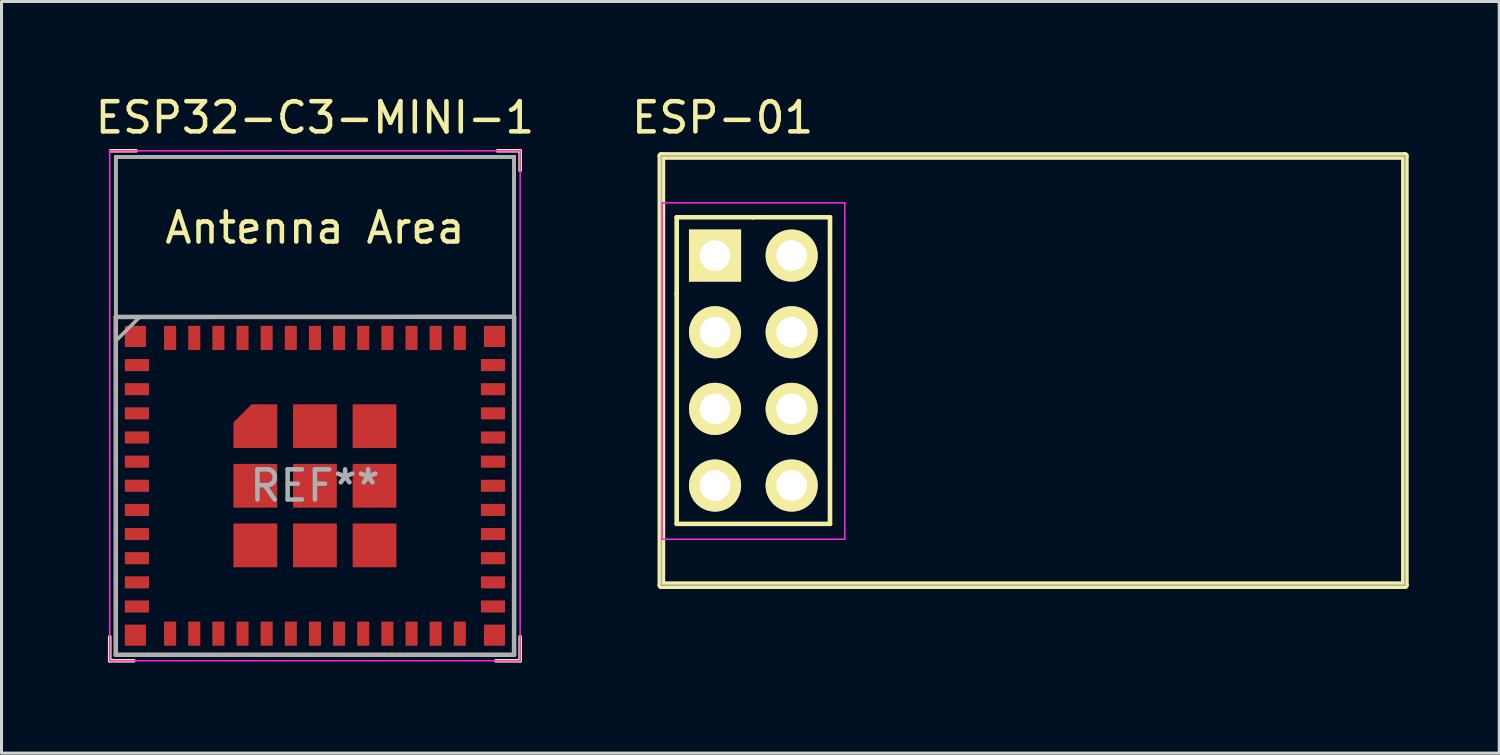
<source format=kicad_pcb>
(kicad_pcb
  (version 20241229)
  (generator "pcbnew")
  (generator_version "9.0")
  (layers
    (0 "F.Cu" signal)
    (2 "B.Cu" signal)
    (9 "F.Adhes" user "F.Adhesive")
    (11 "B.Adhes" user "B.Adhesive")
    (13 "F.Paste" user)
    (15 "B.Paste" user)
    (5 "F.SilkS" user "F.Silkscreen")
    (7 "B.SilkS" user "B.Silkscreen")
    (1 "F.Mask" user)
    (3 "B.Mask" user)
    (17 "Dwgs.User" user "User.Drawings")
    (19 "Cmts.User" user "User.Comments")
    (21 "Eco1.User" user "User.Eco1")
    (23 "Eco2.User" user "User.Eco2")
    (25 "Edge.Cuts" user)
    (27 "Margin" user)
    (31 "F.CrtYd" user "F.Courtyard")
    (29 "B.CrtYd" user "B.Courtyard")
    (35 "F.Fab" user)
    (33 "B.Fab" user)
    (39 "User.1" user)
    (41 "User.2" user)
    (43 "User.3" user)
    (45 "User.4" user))
  (footprint "ESP-01"
    (layer "F.Cu")
    (at 20.645 5.42)
    (property "Reference" "ESP-01" (at 0.254 -4.572 0) (layer "F.SilkS") (effects (font (size 1 1) (thickness 0.15))))
    (attr through_hole)
    (fp_line (start -1.778 -3.302) (end 22.86 -3.302) (stroke (width 0.254) (type solid)) (layer "F.SilkS"))
    (fp_line (start -1.778 10.922) (end -1.778 -3.302) (stroke (width 0.254) (type solid)) (layer "F.SilkS"))
    (fp_line (start -1.27 -1.27) (end -1.27 1.27) (stroke (width 0.152) (type solid)) (layer "F.SilkS"))
    (fp_line (start -1.27 1.27) (end -1.27 8.89) (stroke (width 0.152) (type solid)) (layer "F.SilkS"))
    (fp_line (start -1.27 8.89) (end 3.81 8.89) (stroke (width 0.152) (type solid)) (layer "F.SilkS"))
    (fp_line (start 1.27 -1.27) (end -1.27 -1.27) (stroke (width 0.152) (type solid)) (layer "F.SilkS"))
    (fp_line (start 3.81 -1.27) (end 1.27 -1.27) (stroke (width 0.152) (type solid)) (layer "F.SilkS"))
    (fp_line (start 3.81 8.89) (end 3.81 -1.27) (stroke (width 0.152) (type solid)) (layer "F.SilkS"))
    (fp_line (start 22.86 -3.302) (end 22.86 10.922) (stroke (width 0.254) (type solid)) (layer "F.SilkS"))
    (fp_line (start 22.86 10.922) (end -1.778 10.922) (stroke (width 0.254) (type solid)) (layer "F.SilkS"))
    (fp_line (start -1.75 -1.75) (end -1.75 9.4) (stroke (width 0.05) (type solid)) (layer "F.CrtYd"))
    (fp_line (start -1.75 -1.75) (end 4.3 -1.75) (stroke (width 0.05) (type solid)) (layer "F.CrtYd"))
    (fp_line (start -1.75 9.4) (end 4.3 9.4) (stroke (width 0.05) (type solid)) (layer "F.CrtYd"))
    (fp_line (start 4.3 -1.75) (end 4.3 9.4) (stroke (width 0.05) (type solid)) (layer "F.CrtYd"))
    (fp_line (start -1.778 -3.302) (end 22.86 -3.302) (stroke (width 0.05) (type solid)) (layer "F.Fab"))
    (fp_line (start -1.778 10.922) (end -1.778 -3.302) (stroke (width 0.05) (type solid)) (layer "F.Fab"))
    (fp_line (start 22.86 -3.302) (end 22.86 10.922) (stroke (width 0.05) (type solid)) (layer "F.Fab"))
    (fp_line (start 22.86 10.922) (end -1.778 10.922) (stroke (width 0.05) (type solid)) (layer "F.Fab"))
    (pad "1" thru_hole rect (at 0 0) (size 1.727 1.727) (drill 1.016) (layers "*.Cu" "*.Mask" "F.SilkS"))
    (pad "2" thru_hole oval (at 2.54 0) (size 1.727 1.727) (drill 1.016) (layers "*.Cu" "*.Mask" "F.SilkS"))
    (pad "3" thru_hole oval (at 0 2.54) (size 1.727 1.727) (drill 1.016) (layers "*.Cu" "*.Mask" "F.SilkS"))
    (pad "4" thru_hole oval (at 2.54 2.54) (size 1.727 1.727) (drill 1.016) (layers "*.Cu" "*.Mask" "F.SilkS"))
    (pad "5" thru_hole oval (at 0 5.08) (size 1.727 1.727) (drill 1.016) (layers "*.Cu" "*.Mask" "F.SilkS"))
    (pad "6" thru_hole oval (at 2.54 5.08) (size 1.727 1.727) (drill 1.016) (layers "*.Cu" "*.Mask" "F.SilkS"))
    (pad "7" thru_hole oval (at 0 7.62) (size 1.727 1.727) (drill 1.016) (layers "*.Cu" "*.Mask" "F.SilkS"))
    (pad "8" thru_hole oval (at 2.54 7.62) (size 1.727 1.727) (drill 1.016) (layers "*.Cu" "*.Mask" "F.SilkS")))
  (footprint "ESP32-C3-MINI-1"
    (layer "F.Cu")
    (at 7.387 13.048)
    (property "Reference" "ESP32-C3-MINI-1" (at 0 -12.2 0) (layer "F.SilkS") (effects (font (size 1 1) (thickness 0.15))))
    (attr smd)
    (fp_line (start -6.8 5) (end -6.8 5.8) (stroke (width 0.12) (type solid)) (layer "F.SilkS"))
    (fp_line (start -6.8 5.8) (end -6 5.8) (stroke (width 0.12) (type solid)) (layer "F.SilkS"))
    (fp_line (start -6.6 -10.9) (end 6.6 -10.9) (stroke (width 0.12) (type solid)) (layer "F.SilkS"))
    (fp_line (start -6.6 -5.6) (end 6.6 -5.6) (stroke (width 0.12) (type solid)) (layer "F.SilkS"))
    (fp_line (start -6.6 5.6) (end -6.6 -10.9) (stroke (width 0.12) (type solid)) (layer "F.SilkS"))
    (fp_line (start -5.925 -11.1) (end -6.775 -11.1) (stroke (width 0.12) (type solid)) (layer "F.SilkS"))
    (fp_line (start 6.05 -11.1) (end 6.8 -11.1) (stroke (width 0.12) (type solid)) (layer "F.SilkS"))
    (fp_line (start 6.6 -10.9) (end 6.6 5.6) (stroke (width 0.12) (type solid)) (layer "F.SilkS"))
    (fp_line (start 6.6 5.6) (end -6.6 5.6) (stroke (width 0.12) (type solid)) (layer "F.SilkS"))
    (fp_line (start 6.8 -11.1) (end 6.8 -10.45) (stroke (width 0.12) (type solid)) (layer "F.SilkS"))
    (fp_line (start 6.8 5) (end 6.8 5.8) (stroke (width 0.12) (type solid)) (layer "F.SilkS"))
    (fp_line (start 6.8 5.8) (end 6 5.8) (stroke (width 0.12) (type solid)) (layer "F.SilkS"))
    (fp_line (start -6.8 -11.1) (end 6.8 -11.1) (stroke (width 0.05) (type solid)) (layer "F.CrtYd"))
    (fp_line (start -6.8 5.8) (end -6.8 -11.1) (stroke (width 0.05) (type solid)) (layer "F.CrtYd"))
    (fp_line (start 6.8 -11.1) (end 6.8 5.8) (stroke (width 0.05) (type solid)) (layer "F.CrtYd"))
    (fp_line (start 6.8 5.8) (end -6.8 5.8) (stroke (width 0.05) (type solid)) (layer "F.CrtYd"))
    (fp_line (start -6.6 -5.595) (end -6.6 5.6) (stroke (width 0.15) (type solid)) (layer "F.Fab"))
    (fp_line (start -6.6 -5.5) (end -6.6 -10.9) (stroke (width 0.12) (type solid)) (layer "F.Fab"))
    (fp_line (start -6.6 5.6) (end 6.6 5.6) (stroke (width 0.15) (type solid)) (layer "F.Fab"))
    (fp_line (start -5.8 -5.6) (end -6.6 -4.8) (stroke (width 0.12) (type solid)) (layer "F.Fab"))
    (fp_line (start 6.6 -10.9) (end -6.6 -10.9) (stroke (width 0.12) (type solid)) (layer "F.Fab"))
    (fp_line (start 6.6 -5.6) (end -6.6 -5.595) (stroke (width 0.15) (type solid)) (layer "F.Fab"))
    (fp_line (start 6.6 -5.5) (end 6.6 -10.9) (stroke (width 0.12) (type solid)) (layer "F.Fab"))
    (fp_line (start 6.6 5.6) (end 6.6 -5.595) (stroke (width 0.15) (type solid)) (layer "F.Fab"))
    (fp_text user "Antenna Area" (at 0 -8.55 0) (layer "F.SilkS") (effects (font (size 1 1) (thickness 0.15))))
    (fp_text user "REF**" (at 0 0 0) (layer "F.Fab") (effects (font (size 1 1) (thickness 0.15))))
    (pad "1" smd rect (at -5.9 -4 90) (size 0.4 0.8) (layers "F.Cu" "F.Mask" "F.Paste"))
    (pad "2" smd rect (at -5.9 -3.2 90) (size 0.4 0.8) (layers "F.Cu" "F.Mask" "F.Paste"))
    (pad "3" smd rect (at -5.9 -2.4 90) (size 0.4 0.8) (layers "F.Cu" "F.Mask" "F.Paste"))
    (pad "4" smd rect (at -5.9 -1.6 90) (size 0.4 0.8) (layers "F.Cu" "F.Mask" "F.Paste"))
    (pad "5" smd rect (at -5.9 -0.8 90) (size 0.4 0.8) (layers "F.Cu" "F.Mask" "F.Paste"))
    (pad "6" smd rect (at -5.9 0 90) (size 0.4 0.8) (layers "F.Cu" "F.Mask" "F.Paste"))
    (pad "7" smd rect (at -5.9 0.8 90) (size 0.4 0.8) (layers "F.Cu" "F.Mask" "F.Paste"))
    (pad "8" smd rect (at -5.9 1.6 90) (size 0.4 0.8) (layers "F.Cu" "F.Mask" "F.Paste"))
    (pad "9" smd rect (at -5.9 2.4 90) (size 0.4 0.8) (layers "F.Cu" "F.Mask" "F.Paste"))
    (pad "10" smd rect (at -5.9 3.2 90) (size 0.4 0.8) (layers "F.Cu" "F.Mask" "F.Paste"))
    (pad "11" smd rect (at -5.9 4 90) (size 0.4 0.8) (layers "F.Cu" "F.Mask" "F.Paste"))
    (pad "12" smd rect (at -4.8 4.9) (size 0.4 0.8) (layers "F.Cu" "F.Mask" "F.Paste"))
    (pad "13" smd rect (at -4 4.9) (size 0.4 0.8) (layers "F.Cu" "F.Mask" "F.Paste"))
    (pad "14" smd rect (at -3.2 4.9) (size 0.4 0.8) (layers "F.Cu" "F.Mask" "F.Paste"))
    (pad "15" smd rect (at -2.4 4.9) (size 0.4 0.8) (layers "F.Cu" "F.Mask" "F.Paste"))
    (pad "16" smd rect (at -1.6 4.9) (size 0.4 0.8) (layers "F.Cu" "F.Mask" "F.Paste"))
    (pad "17" smd rect (at -0.8 4.9) (size 0.4 0.8) (layers "F.Cu" "F.Mask" "F.Paste"))
    (pad "18" smd rect (at 0 4.9) (size 0.4 0.8) (layers "F.Cu" "F.Mask" "F.Paste"))
    (pad "19" smd rect (at 0.8 4.9) (size 0.4 0.8) (layers "F.Cu" "F.Mask" "F.Paste"))
    (pad "20" smd rect (at 1.6 4.9) (size 0.4 0.8) (layers "F.Cu" "F.Mask" "F.Paste"))
    (pad "21" smd rect (at 2.4 4.9) (size 0.4 0.8) (layers "F.Cu" "F.Mask" "F.Paste"))
    (pad "22" smd rect (at 3.2 4.9) (size 0.4 0.8) (layers "F.Cu" "F.Mask" "F.Paste"))
    (pad "23" smd rect (at 4 4.9) (size 0.4 0.8) (layers "F.Cu" "F.Mask" "F.Paste"))
    (pad "24" smd rect (at 4.8 4.9) (size 0.4 0.8) (layers "F.Cu" "F.Mask" "F.Paste"))
    (pad "25" smd rect (at 5.9 4 90) (size 0.4 0.8) (layers "F.Cu" "F.Mask" "F.Paste"))
    (pad "26" smd rect (at 5.9 3.2 90) (size 0.4 0.8) (layers "F.Cu" "F.Mask" "F.Paste"))
    (pad "27" smd rect (at 5.9 2.4 90) (size 0.4 0.8) (layers "F.Cu" "F.Mask" "F.Paste"))
    (pad "28" smd rect (at 5.9 1.6 90) (size 0.4 0.8) (layers "F.Cu" "F.Mask" "F.Paste"))
    (pad "29" smd rect (at 5.9 0.8 90) (size 0.4 0.8) (layers "F.Cu" "F.Mask" "F.Paste"))
    (pad "30" smd rect (at 5.9 0 90) (size 0.4 0.8) (layers "F.Cu" "F.Mask" "F.Paste"))
    (pad "31" smd rect (at 5.9 -0.8 90) (size 0.4 0.8) (layers "F.Cu" "F.Mask" "F.Paste"))
    (pad "32" smd rect (at 5.9 -1.6 90) (size 0.4 0.8) (layers "F.Cu" "F.Mask" "F.Paste"))
    (pad "33" smd rect (at 5.9 -2.4 90) (size 0.4 0.8) (layers "F.Cu" "F.Mask" "F.Paste"))
    (pad "34" smd rect (at 5.9 -3.2 90) (size 0.4 0.8) (layers "F.Cu" "F.Mask" "F.Paste"))
    (pad "35" smd rect (at 5.9 -4 90) (size 0.4 0.8) (layers "F.Cu" "F.Mask" "F.Paste"))
    (pad "36" smd rect (at -5.95 -4.95 90) (size 0.7 0.7) (layers "F.Cu" "F.Mask" "F.Paste"))
    (pad "36" smd rect (at -5.95 4.95 90) (size 0.7 0.7) (layers "F.Cu" "F.Mask" "F.Paste"))
    (pad "36" smd rect (at -4.8 -4.9) (size 0.4 0.8) (layers "F.Cu" "F.Mask" "F.Paste"))
    (pad "36" smd rect (at -4 -4.9) (size 0.4 0.8) (layers "F.Cu" "F.Mask" "F.Paste"))
    (pad "36" smd rect (at -3.2 -4.9) (size 0.4 0.8) (layers "F.Cu" "F.Mask" "F.Paste"))
    (pad "36" smd rect (at -2.4 -4.9) (size 0.4 0.8) (layers "F.Cu" "F.Mask" "F.Paste"))
    (pad "36" smd custom (at -1.975 -1.975) (size 0.8 0.8) (layers "F.Cu" "F.Mask" "F.Paste") (options (anchor rect)) (primitives (gr_poly (pts (xy 0.725 0.725) (xy -0.725 0.725) (xy -0.725 -0.125) (xy -0.125 -0.725) (xy 0.725 -0.725)) (width 0) (fill yes))))
    (pad "36" smd rect (at -1.975 0 90) (size 1.45 1.45) (layers "F.Cu" "F.Mask" "F.Paste"))
    (pad "36" smd rect (at -1.975 1.975 90) (size 1.45 1.45) (layers "F.Cu" "F.Mask" "F.Paste"))
    (pad "36" smd rect (at -1.6 -4.9) (size 0.4 0.8) (layers "F.Cu" "F.Mask" "F.Paste"))
    (pad "36" smd rect (at -0.8 -4.9) (size 0.4 0.8) (layers "F.Cu" "F.Mask" "F.Paste"))
    (pad "36" smd rect (at 0 -4.9) (size 0.4 0.8) (layers "F.Cu" "F.Mask" "F.Paste"))
    (pad "36" smd rect (at 0 -1.975 90) (size 1.45 1.45) (layers "F.Cu" "F.Mask" "F.Paste"))
    (pad "36" smd rect (at 0 0 90) (size 1.45 1.45) (layers "F.Cu" "F.Mask" "F.Paste"))
    (pad "36" smd rect (at 0 1.975 90) (size 1.45 1.45) (layers "F.Cu" "F.Mask" "F.Paste"))
    (pad "36" smd rect (at 0.8 -4.9) (size 0.4 0.8) (layers "F.Cu" "F.Mask" "F.Paste"))
    (pad "36" smd rect (at 1.6 -4.9) (size 0.4 0.8) (layers "F.Cu" "F.Mask" "F.Paste"))
    (pad "36" smd rect (at 1.975 -1.975 90) (size 1.45 1.45) (layers "F.Cu" "F.Mask" "F.Paste"))
    (pad "36" smd rect (at 1.975 0 90) (size 1.45 1.45) (layers "F.Cu" "F.Mask" "F.Paste"))
    (pad "36" smd rect (at 1.975 1.975 90) (size 1.45 1.45) (layers "F.Cu" "F.Mask" "F.Paste"))
    (pad "36" smd rect (at 2.4 -4.9) (size 0.4 0.8) (layers "F.Cu" "F.Mask" "F.Paste"))
    (pad "36" smd rect (at 3.2 -4.9) (size 0.4 0.8) (layers "F.Cu" "F.Mask" "F.Paste"))
    (pad "36" smd rect (at 4 -4.9) (size 0.4 0.8) (layers "F.Cu" "F.Mask" "F.Paste"))
    (pad "36" smd rect (at 4.8 -4.9) (size 0.4 0.8) (layers "F.Cu" "F.Mask" "F.Paste"))
    (pad "36" smd rect (at 5.95 -4.95 90) (size 0.7 0.7) (layers "F.Cu" "F.Mask" "F.Paste"))
    (pad "36" smd rect (at 5.95 4.95 90) (size 0.7 0.7) (layers "F.Cu" "F.Mask" "F.Paste")))
  (gr_rect
    (start -3 -3)
    (end 46.632 21.908)
    (stroke (width 0.1) (type default))
    (fill no)
    (layer "Edge.Cuts")))
</source>
